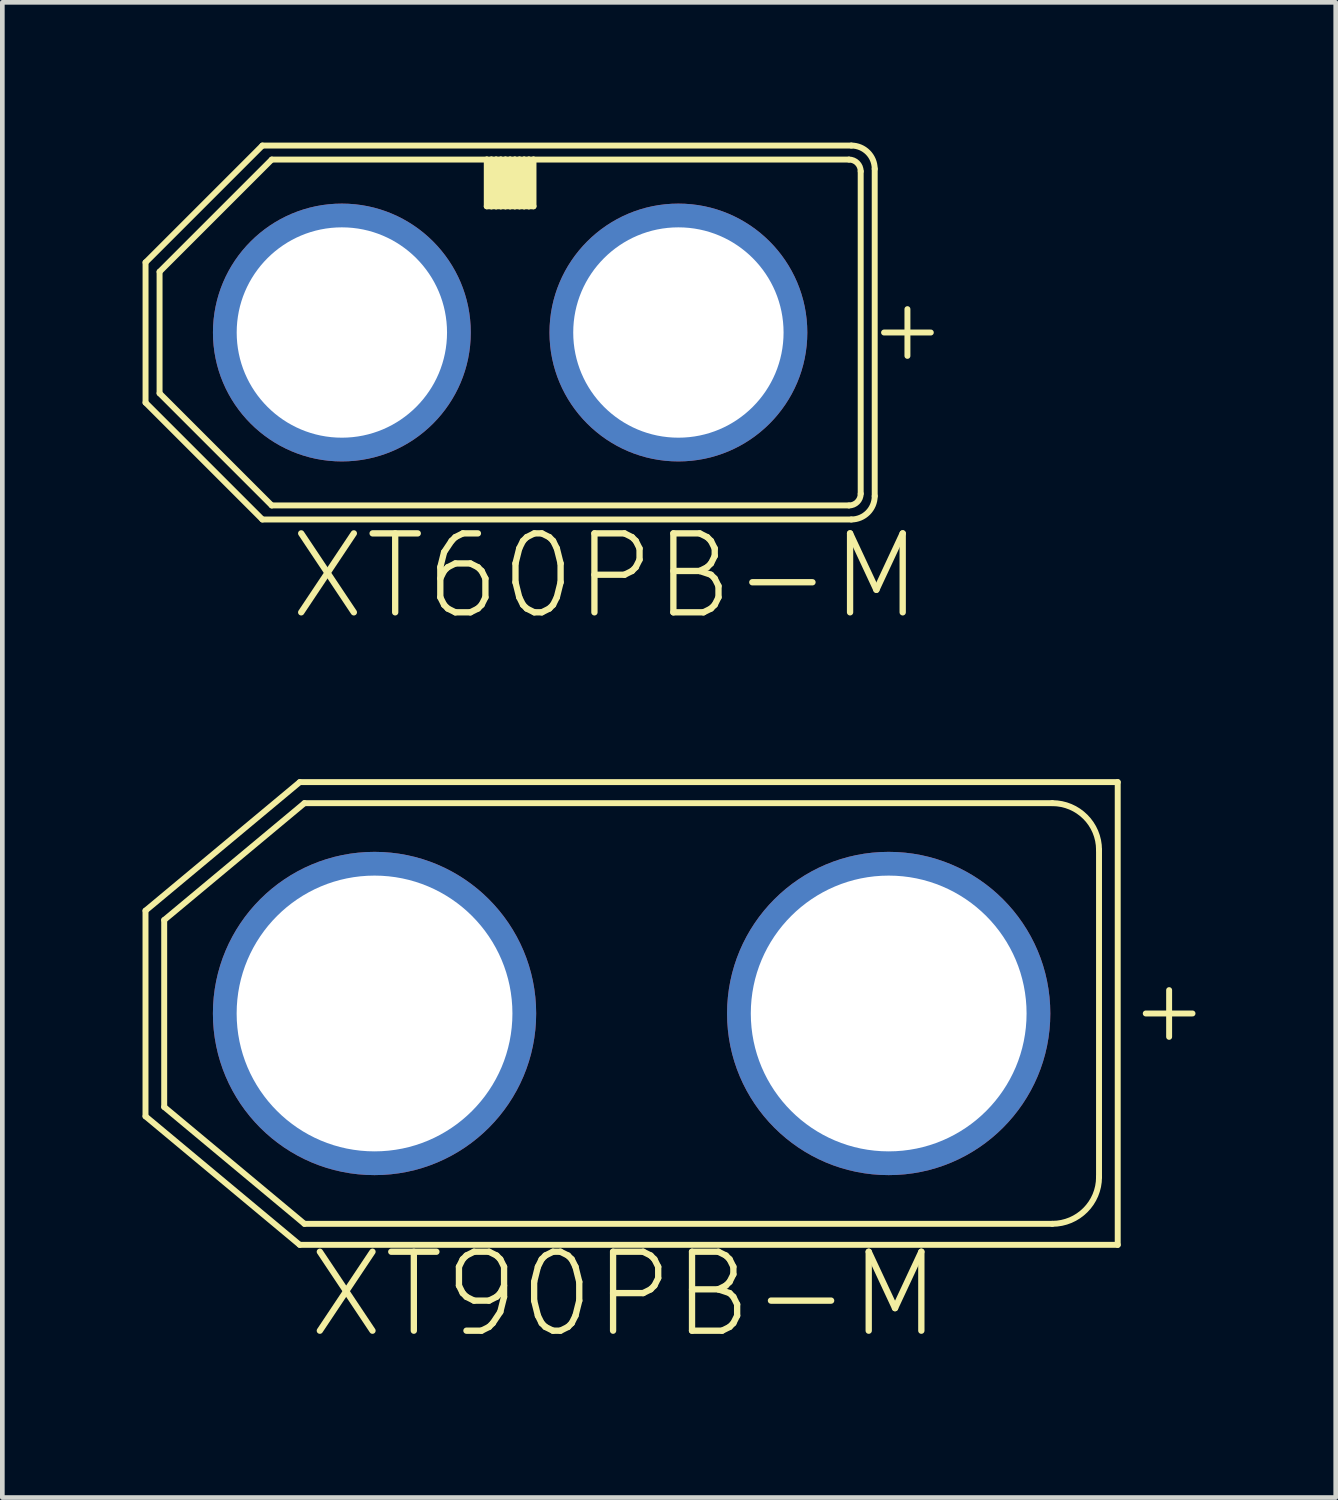
<source format=kicad_pcb>
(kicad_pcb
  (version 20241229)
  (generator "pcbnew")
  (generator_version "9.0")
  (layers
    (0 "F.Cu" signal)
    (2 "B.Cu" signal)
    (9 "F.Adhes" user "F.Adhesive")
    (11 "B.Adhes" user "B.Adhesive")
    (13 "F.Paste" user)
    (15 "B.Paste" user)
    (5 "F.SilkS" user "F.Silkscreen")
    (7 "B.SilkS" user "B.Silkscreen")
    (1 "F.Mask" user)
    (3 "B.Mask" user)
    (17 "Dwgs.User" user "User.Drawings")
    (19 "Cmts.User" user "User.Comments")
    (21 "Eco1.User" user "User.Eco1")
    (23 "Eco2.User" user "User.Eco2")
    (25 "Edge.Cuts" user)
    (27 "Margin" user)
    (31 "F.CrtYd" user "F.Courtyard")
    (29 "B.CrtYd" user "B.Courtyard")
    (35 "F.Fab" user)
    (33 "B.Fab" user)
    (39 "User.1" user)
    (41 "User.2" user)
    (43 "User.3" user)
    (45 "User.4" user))
  (footprint "XT90PB-M"
    (layer "F.Cu")
    (at 10.463 18.633)
    (property "Reference" "XT90PB-M" (at -7 7 0) (layer "F.SilkS") (effects (font (size 1.689 1.689) (thickness 0.135)) (justify left bottom)))
    (attr through_hole)
    (fp_line (start -10.4 -2.2) (end -10.4 2.2) (stroke (width 0.127) (type solid)) (layer "F.SilkS"))
    (fp_line (start -10.4 2.2) (end -7.1 4.95) (stroke (width 0.127) (type solid)) (layer "F.SilkS"))
    (fp_line (start -10 -2) (end -10 2) (stroke (width 0.127) (type solid)) (layer "F.SilkS"))
    (fp_line (start -10 2) (end -7 4.5) (stroke (width 0.127) (type solid)) (layer "F.SilkS"))
    (fp_line (start -7.1 -4.95) (end -10.4 -2.2) (stroke (width 0.127) (type solid)) (layer "F.SilkS"))
    (fp_line (start -7.1 4.95) (end 10.4 4.95) (stroke (width 0.127) (type solid)) (layer "F.SilkS"))
    (fp_line (start -7 -4.5) (end -10 -2) (stroke (width 0.127) (type solid)) (layer "F.SilkS"))
    (fp_line (start -7 4.5) (end 9 4.5) (stroke (width 0.127) (type solid)) (layer "F.SilkS"))
    (fp_line (start 9 -4.5) (end -7 -4.5) (stroke (width 0.127) (type solid)) (layer "F.SilkS"))
    (fp_line (start 10 3.5) (end 10 -3.5) (stroke (width 0.127) (type solid)) (layer "F.SilkS"))
    (fp_line (start 10.4 -4.95) (end -7.1 -4.95) (stroke (width 0.127) (type solid)) (layer "F.SilkS"))
    (fp_line (start 10.4 4.95) (end 10.4 -4.95) (stroke (width 0.127) (type solid)) (layer "F.SilkS"))
    (fp_line (start 11 0) (end 12 0) (stroke (width 0.127) (type solid)) (layer "F.SilkS"))
    (fp_line (start 11.5 -0.5) (end 11.5 0.5) (stroke (width 0.127) (type solid)) (layer "F.SilkS"))
    (fp_arc (start 9 -4.5) (mid 9.707107 -4.207107) (end 10 -3.5) (stroke (width 0.127) (type solid)) (layer "F.SilkS"))
    (fp_arc (start 10 3.5) (mid 9.707107 4.207107) (end 9 4.5) (stroke (width 0.127) (type solid)) (layer "F.SilkS"))
    (pad "+" thru_hole circle (at 5.5 0) (size 6.916 6.916) (drill 5.9) (layers "*.Cu" "*.Mask"))
    (pad "-" thru_hole circle (at -5.5 0) (size 6.916 6.916) (drill 5.9) (layers "*.Cu" "*.Mask")))
  (footprint "XT60PB-M"
    (layer "F.Cu")
    (at 7.864 4.064)
    (property "Reference" "XT60PB-M" (at -4.8 6.2 0) (layer "F.SilkS") (effects (font (size 1.689 1.689) (thickness 0.135)) (justify left bottom)))
    (attr through_hole)
    (fp_line (start -7.8 -1.5) (end -5.3 -4) (stroke (width 0.127) (type solid)) (layer "F.SilkS"))
    (fp_line (start -7.8 1.5) (end -7.8 -1.5) (stroke (width 0.127) (type solid)) (layer "F.SilkS"))
    (fp_line (start -7.5 -1.3) (end -7.5 1.3) (stroke (width 0.127) (type solid)) (layer "F.SilkS"))
    (fp_line (start -7.5 1.3) (end -5.1 3.7) (stroke (width 0.127) (type solid)) (layer "F.SilkS"))
    (fp_line (start -5.3 -4) (end 7.3 -4) (stroke (width 0.127) (type solid)) (layer "F.SilkS"))
    (fp_line (start -5.3 4) (end -7.8 1.5) (stroke (width 0.127) (type solid)) (layer "F.SilkS"))
    (fp_line (start -5.1 -3.7) (end -7.5 -1.3) (stroke (width 0.127) (type solid)) (layer "F.SilkS"))
    (fp_line (start -5.1 3.7) (end 7.25 3.7) (stroke (width 0.127) (type solid)) (layer "F.SilkS"))
    (fp_line (start -0.5 -3.7) (end -5.1 -3.7) (stroke (width 0.127) (type solid)) (layer "F.SilkS"))
    (fp_line (start -0.5 -2.7) (end -0.5 -3.7) (stroke (width 0.127) (type solid)) (layer "F.SilkS"))
    (fp_line (start -0.5 -2.7) (end -0.4 -2.7) (stroke (width 0.127) (type solid)) (layer "F.SilkS"))
    (fp_line (start -0.4 -3.7) (end -0.5 -3.7) (stroke (width 0.127) (type solid)) (layer "F.SilkS"))
    (fp_line (start -0.4 -2.7) (end -0.4 -3.7) (stroke (width 0.127) (type solid)) (layer "F.SilkS"))
    (fp_line (start -0.4 -2.7) (end -0.3 -2.7) (stroke (width 0.127) (type solid)) (layer "F.SilkS"))
    (fp_line (start -0.3 -3.7) (end -0.4 -3.7) (stroke (width 0.127) (type solid)) (layer "F.SilkS"))
    (fp_line (start -0.3 -2.7) (end -0.3 -3.7) (stroke (width 0.127) (type solid)) (layer "F.SilkS"))
    (fp_line (start -0.3 -2.7) (end -0.2 -2.7) (stroke (width 0.127) (type solid)) (layer "F.SilkS"))
    (fp_line (start -0.2 -3.7) (end -0.3 -3.7) (stroke (width 0.127) (type solid)) (layer "F.SilkS"))
    (fp_line (start -0.2 -2.7) (end -0.2 -3.7) (stroke (width 0.127) (type solid)) (layer "F.SilkS"))
    (fp_line (start -0.2 -2.7) (end -0.1 -2.7) (stroke (width 0.127) (type solid)) (layer "F.SilkS"))
    (fp_line (start -0.1 -3.7) (end -0.2 -3.7) (stroke (width 0.127) (type solid)) (layer "F.SilkS"))
    (fp_line (start -0.1 -2.7) (end -0.1 -3.7) (stroke (width 0.127) (type solid)) (layer "F.SilkS"))
    (fp_line (start -0.1 -2.7) (end 0 -2.7) (stroke (width 0.127) (type solid)) (layer "F.SilkS"))
    (fp_line (start 0 -3.7) (end -0.1 -3.7) (stroke (width 0.127) (type solid)) (layer "F.SilkS"))
    (fp_line (start 0 -2.7) (end 0 -3.7) (stroke (width 0.127) (type solid)) (layer "F.SilkS"))
    (fp_line (start 0 -2.7) (end 0.1 -2.7) (stroke (width 0.127) (type solid)) (layer "F.SilkS"))
    (fp_line (start 0.1 -3.7) (end 0 -3.7) (stroke (width 0.127) (type solid)) (layer "F.SilkS"))
    (fp_line (start 0.1 -2.7) (end 0.1 -3.7) (stroke (width 0.127) (type solid)) (layer "F.SilkS"))
    (fp_line (start 0.1 -2.7) (end 0.2 -2.7) (stroke (width 0.127) (type solid)) (layer "F.SilkS"))
    (fp_line (start 0.2 -3.7) (end 0.1 -3.7) (stroke (width 0.127) (type solid)) (layer "F.SilkS"))
    (fp_line (start 0.2 -2.7) (end 0.2 -3.7) (stroke (width 0.127) (type solid)) (layer "F.SilkS"))
    (fp_line (start 0.2 -2.7) (end 0.3 -2.7) (stroke (width 0.127) (type solid)) (layer "F.SilkS"))
    (fp_line (start 0.3 -3.7) (end 0.2 -3.7) (stroke (width 0.127) (type solid)) (layer "F.SilkS"))
    (fp_line (start 0.3 -2.7) (end 0.3 -3.7) (stroke (width 0.127) (type solid)) (layer "F.SilkS"))
    (fp_line (start 0.3 -2.7) (end 0.4 -2.7) (stroke (width 0.127) (type solid)) (layer "F.SilkS"))
    (fp_line (start 0.4 -3.7) (end 0.3 -3.7) (stroke (width 0.127) (type solid)) (layer "F.SilkS"))
    (fp_line (start 0.4 -2.7) (end 0.4 -3.7) (stroke (width 0.127) (type solid)) (layer "F.SilkS"))
    (fp_line (start 0.4 -2.7) (end 0.5 -2.7) (stroke (width 0.127) (type solid)) (layer "F.SilkS"))
    (fp_line (start 0.5 -3.7) (end 0.4 -3.7) (stroke (width 0.127) (type solid)) (layer "F.SilkS"))
    (fp_line (start 0.5 -2.7) (end 0.5 -3.7) (stroke (width 0.127) (type solid)) (layer "F.SilkS"))
    (fp_line (start 7.25 -3.7) (end 0.5 -3.7) (stroke (width 0.127) (type solid)) (layer "F.SilkS"))
    (fp_line (start 7.3 4) (end -5.3 4) (stroke (width 0.127) (type solid)) (layer "F.SilkS"))
    (fp_line (start 7.5 3.45) (end 7.5 -3.45) (stroke (width 0.127) (type solid)) (layer "F.SilkS"))
    (fp_line (start 7.8 -3.5) (end 7.8 3.5) (stroke (width 0.127) (type solid)) (layer "F.SilkS"))
    (fp_line (start 8 0) (end 9 0) (stroke (width 0.127) (type solid)) (layer "F.SilkS"))
    (fp_line (start 8.5 -0.5) (end 8.5 0.5) (stroke (width 0.127) (type solid)) (layer "F.SilkS"))
    (fp_arc (start 7.25 -3.7) (mid 7.426777 -3.626777) (end 7.5 -3.45) (stroke (width 0.127) (type solid)) (layer "F.SilkS"))
    (fp_arc (start 7.3 -4) (mid 7.653553 -3.853553) (end 7.8 -3.5) (stroke (width 0.127) (type solid)) (layer "F.SilkS"))
    (fp_arc (start 7.5 3.45) (mid 7.426777 3.626777) (end 7.25 3.7) (stroke (width 0.127) (type solid)) (layer "F.SilkS"))
    (fp_arc (start 7.8 3.5) (mid 7.653553 3.853553) (end 7.3 4) (stroke (width 0.127) (type solid)) (layer "F.SilkS"))
    (pad "+" thru_hole circle (at 3.6 0) (size 5.516 5.516) (drill 4.5) (layers "*.Cu" "*.Mask"))
    (pad "-" thru_hole circle (at -3.6 0) (size 5.516 5.516) (drill 4.5) (layers "*.Cu" "*.Mask")))
  (gr_rect
    (start -3 -3)
    (end 25.527 28.989)
    (stroke (width 0.1) (type default))
    (fill no)
    (layer "Edge.Cuts")))
</source>
